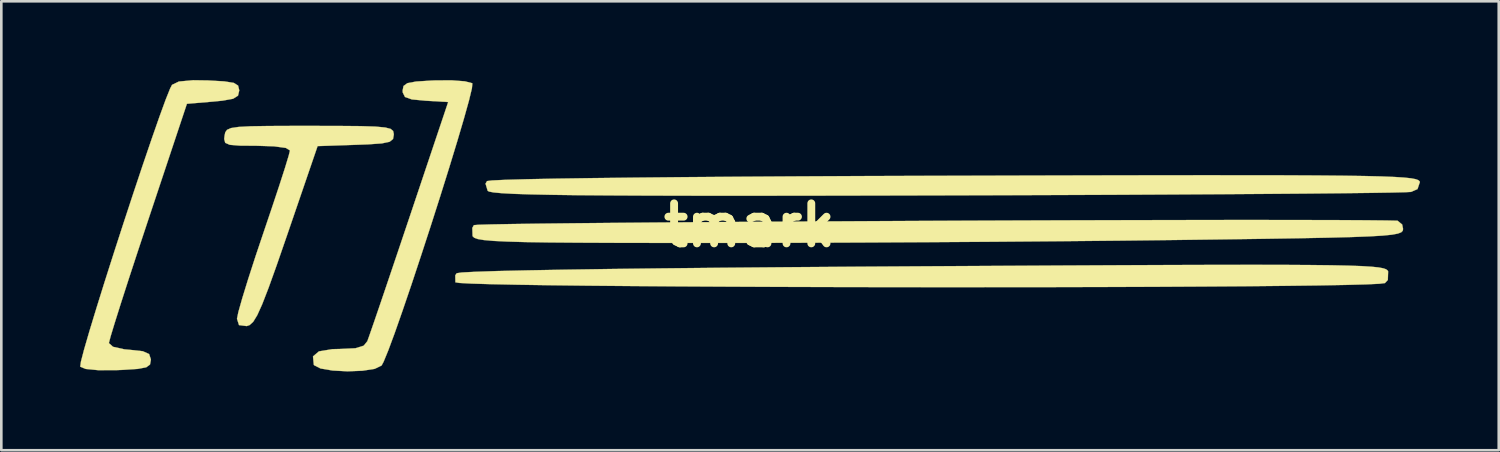
<source format=kicad_pcb>
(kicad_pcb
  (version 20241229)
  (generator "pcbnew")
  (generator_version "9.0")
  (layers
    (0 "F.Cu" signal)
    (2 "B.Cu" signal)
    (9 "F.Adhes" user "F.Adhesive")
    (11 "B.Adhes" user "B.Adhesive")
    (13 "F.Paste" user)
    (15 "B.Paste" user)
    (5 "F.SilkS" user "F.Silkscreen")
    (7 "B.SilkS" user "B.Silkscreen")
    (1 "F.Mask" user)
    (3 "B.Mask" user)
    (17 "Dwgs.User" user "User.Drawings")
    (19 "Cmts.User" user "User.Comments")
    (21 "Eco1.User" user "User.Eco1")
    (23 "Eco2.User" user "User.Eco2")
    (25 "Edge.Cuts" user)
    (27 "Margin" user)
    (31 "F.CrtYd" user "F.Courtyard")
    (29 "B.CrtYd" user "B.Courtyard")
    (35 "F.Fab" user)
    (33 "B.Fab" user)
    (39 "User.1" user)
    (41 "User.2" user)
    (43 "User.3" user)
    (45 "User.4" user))
  (footprint "tmark"
    (layer "F.Cu")
    (at 25.488 5.529)
    (property "Reference" "tmark" (at 0 0 0) (layer "F.SilkS") (effects (font (size 1.524 1.524) (thickness 0.3))))
    (attr through_hole)
    (fp_poly (pts (xy -20.622 -5.516) (xy -19.996 -5.48) (xy -19.636 -5.423) (xy -19.471 -5.32) (xy -19.429 -5.149) (xy -19.428 -5.13) (xy -19.474 -4.936) (xy -19.661 -4.818) (xy -20.066 -4.745) (xy -20.424 -4.71) (xy -21.42 -4.626) (xy -22.905 -0.171) (xy -23.292 0.997) (xy -23.642 2.064) (xy -23.94 2.989) (xy -24.173 3.729) (xy -24.328 4.24) (xy -24.39 4.48) (xy -24.391 4.488) (xy -24.234 4.628) (xy -23.806 4.723) (xy -23.592 4.743) (xy -23.099 4.797) (xy -22.86 4.904) (xy -22.793 5.102) (xy -22.793 5.13) (xy -22.825 5.303) (xy -22.968 5.409) (xy -23.29 5.47) (xy -23.86 5.507) (xy -24.082 5.516) (xy -24.791 5.519) (xy -25.278 5.471) (xy -25.483 5.385) (xy -25.456 5.193) (xy -25.335 4.728) (xy -25.134 4.037) (xy -24.869 3.166) (xy -24.555 2.16) (xy -24.206 1.066) (xy -23.838 -0.07) (xy -23.465 -1.204) (xy -23.103 -2.288) (xy -22.766 -3.276) (xy -22.47 -4.123) (xy -22.229 -4.784) (xy -22.058 -5.21) (xy -21.987 -5.348) (xy -21.726 -5.474) (xy -21.186 -5.524) (xy -20.622 -5.516)) (stroke (width 0.01) (type solid)) (fill yes) (layer "F.SilkS"))
    (fp_poly (pts (xy -15.627 -3.783) (xy -14.809 -3.776) (xy -14.238 -3.758) (xy -13.871 -3.724) (xy -13.662 -3.671) (xy -13.567 -3.592) (xy -13.542 -3.484) (xy -13.541 -3.448) (xy -13.57 -3.285) (xy -13.7 -3.18) (xy -13.996 -3.118) (xy -14.524 -3.081) (xy -14.992 -3.064) (xy -16.443 -3.015) (xy -17.608 0.385) (xy -18.003 1.527) (xy -18.312 2.387) (xy -18.552 3.006) (xy -18.74 3.422) (xy -18.894 3.674) (xy -19.032 3.801) (xy -19.143 3.839) (xy -19.436 3.802) (xy -19.513 3.561) (xy -19.46 3.302) (xy -19.313 2.782) (xy -19.09 2.058) (xy -18.808 1.187) (xy -18.503 0.28) (xy -18.184 -0.664) (xy -17.905 -1.503) (xy -17.686 -2.182) (xy -17.544 -2.65) (xy -17.494 -2.849) (xy -17.654 -2.946) (xy -18.106 -3.007) (xy -18.767 -3.028) (xy -19.412 -3.033) (xy -19.787 -3.064) (xy -19.961 -3.14) (xy -20 -3.284) (xy -19.987 -3.406) (xy -19.96 -3.538) (xy -19.893 -3.634) (xy -19.74 -3.702) (xy -19.455 -3.745) (xy -18.994 -3.77) (xy -18.311 -3.781) (xy -17.36 -3.785) (xy -16.737 -3.785) (xy -15.627 -3.783)) (stroke (width 0.01) (type solid)) (fill yes) (layer "F.SilkS"))
    (fp_poly (pts (xy -10.834 -5.482) (xy -10.562 -5.412) (xy -10.549 -5.402) (xy -10.566 -5.215) (xy -10.677 -4.755) (xy -10.868 -4.069) (xy -11.124 -3.202) (xy -11.43 -2.2) (xy -11.772 -1.108) (xy -12.135 0.028) (xy -12.505 1.161) (xy -12.865 2.247) (xy -13.203 3.239) (xy -13.502 4.092) (xy -13.749 4.759) (xy -13.929 5.197) (xy -14.006 5.341) (xy -14.266 5.467) (xy -14.734 5.54) (xy -15.304 5.562) (xy -15.872 5.532) (xy -16.331 5.454) (xy -16.578 5.328) (xy -16.589 5.307) (xy -16.618 4.993) (xy -16.392 4.802) (xy -15.881 4.718) (xy -15.568 4.71) (xy -15.001 4.683) (xy -14.686 4.585) (xy -14.549 4.416) (xy -14.466 4.183) (xy -14.29 3.676) (xy -14.038 2.939) (xy -13.725 2.016) (xy -13.365 0.95) (xy -12.974 -0.212) (xy -12.949 -0.286) (xy -11.47 -4.693) (xy -12.337 -4.744) (xy -12.854 -4.793) (xy -13.115 -4.886) (xy -13.201 -5.058) (xy -13.205 -5.13) (xy -13.171 -5.305) (xy -13.024 -5.412) (xy -12.694 -5.474) (xy -12.11 -5.511) (xy -11.959 -5.517) (xy -11.332 -5.52) (xy -10.834 -5.482)) (stroke (width 0.01) (type solid)) (fill yes) (layer "F.SilkS"))
    (fp_poly (pts (xy 20.354 1.508) (xy 21.352 1.514) (xy 22.166 1.523) (xy 22.814 1.537) (xy 23.317 1.555) (xy 23.692 1.578) (xy 23.959 1.605) (xy 24.138 1.638) (xy 24.246 1.675) (xy 24.304 1.718) (xy 24.326 1.756) (xy 24.315 2.083) (xy 24.205 2.201) (xy 23.999 2.227) (xy 23.486 2.251) (xy 22.692 2.272) (xy 21.645 2.291) (xy 20.371 2.307) (xy 18.898 2.322) (xy 17.252 2.333) (xy 15.46 2.343) (xy 13.55 2.35) (xy 11.547 2.355) (xy 9.48 2.357) (xy 7.374 2.358) (xy 5.258 2.356) (xy 3.158 2.352) (xy 1.1 2.346) (xy -0.888 2.337) (xy -2.779 2.327) (xy -4.547 2.314) (xy -6.164 2.3) (xy -7.603 2.283) (xy -8.838 2.264) (xy -9.842 2.243) (xy -10.587 2.221) (xy -11.047 2.196) (xy -11.195 2.172) (xy -11.2 1.906) (xy -11.145 1.826) (xy -10.951 1.798) (xy -10.431 1.771) (xy -9.596 1.743) (xy -8.458 1.717) (xy -7.026 1.691) (xy -5.312 1.665) (xy -3.328 1.641) (xy -1.082 1.618) (xy 1.413 1.597) (xy 4.146 1.577) (xy 6.615 1.562) (xy 9.435 1.546) (xy 11.937 1.532) (xy 14.141 1.521) (xy 16.066 1.513) (xy 17.73 1.508) (xy 19.153 1.506) (xy 20.354 1.508)) (stroke (width 0.01) (type solid)) (fill yes) (layer "F.SilkS"))
    (fp_poly (pts (xy 18.969 -1.905) (xy 20.397 -1.903) (xy 21.602 -1.897) (xy 22.603 -1.888) (xy 23.418 -1.876) (xy 24.067 -1.86) (xy 24.569 -1.84) (xy 24.941 -1.816) (xy 25.204 -1.788) (xy 25.377 -1.755) (xy 25.477 -1.718) (xy 25.524 -1.675) (xy 25.535 -1.646) (xy 25.445 -1.378) (xy 25.201 -1.271) (xy 24.982 -1.259) (xy 24.449 -1.246) (xy 23.626 -1.233) (xy 22.535 -1.22) (xy 21.199 -1.207) (xy 19.641 -1.195) (xy 17.884 -1.183) (xy 15.95 -1.172) (xy 13.863 -1.161) (xy 11.646 -1.152) (xy 9.321 -1.144) (xy 7.513 -1.139) (xy 4.632 -1.132) (xy 2.07 -1.127) (xy -0.189 -1.125) (xy -2.163 -1.126) (xy -3.869 -1.13) (xy -5.324 -1.137) (xy -6.545 -1.146) (xy -7.549 -1.16) (xy -8.353 -1.177) (xy -8.974 -1.197) (xy -9.429 -1.222) (xy -9.735 -1.25) (xy -9.91 -1.283) (xy -9.965 -1.311) (xy -10.048 -1.584) (xy -9.991 -1.683) (xy -9.801 -1.707) (xy -9.291 -1.731) (xy -8.477 -1.754) (xy -7.375 -1.776) (xy -6.003 -1.796) (xy -4.375 -1.815) (xy -2.509 -1.833) (xy -0.42 -1.849) (xy 1.875 -1.863) (xy 4.359 -1.875) (xy 7.017 -1.884) (xy 7.821 -1.886) (xy 10.648 -1.894) (xy 13.158 -1.9) (xy 15.368 -1.904) (xy 17.299 -1.906) (xy 18.969 -1.905)) (stroke (width 0.01) (type solid)) (fill yes) (layer "F.SilkS"))
    (fp_poly (pts (xy 21.203 -0.2) (xy 22.461 -0.197) (xy 23.49 -0.191) (xy 24.265 -0.183) (xy 24.685 -0.174) (xy 24.861 -0.03) (xy 24.895 0.141) (xy 24.882 0.21) (xy 24.824 0.268) (xy 24.695 0.317) (xy 24.468 0.359) (xy 24.116 0.394) (xy 23.612 0.423) (xy 22.928 0.449) (xy 22.04 0.472) (xy 20.918 0.494) (xy 19.537 0.516) (xy 17.869 0.539) (xy 16.19 0.561) (xy 14.124 0.585) (xy 11.809 0.607) (xy 9.333 0.627) (xy 6.783 0.644) (xy 4.247 0.657) (xy 1.813 0.667) (xy -0.432 0.672) (xy -1.477 0.673) (xy -3.458 0.672) (xy -5.128 0.669) (xy -6.515 0.663) (xy -7.644 0.654) (xy -8.542 0.64) (xy -9.234 0.62) (xy -9.747 0.595) (xy -10.108 0.563) (xy -10.342 0.524) (xy -10.476 0.476) (xy -10.536 0.42) (xy -10.541 0.409) (xy -10.551 0.1) (xy -10.491 -0.005) (xy -10.314 -0.019) (xy -9.827 -0.033) (xy -9.058 -0.047) (xy -8.033 -0.062) (xy -6.779 -0.076) (xy -5.323 -0.09) (xy -3.692 -0.104) (xy -1.913 -0.118) (xy -0.012 -0.131) (xy 1.982 -0.143) (xy 4.045 -0.154) (xy 6.147 -0.165) (xy 8.264 -0.175) (xy 10.367 -0.183) (xy 12.43 -0.19) (xy 14.427 -0.195) (xy 16.329 -0.199) (xy 18.11 -0.202) (xy 19.744 -0.202) (xy 21.203 -0.2)) (stroke (width 0.01) (type solid)) (fill yes) (layer "F.SilkS")))
  (gr_rect
    (start -3 -3)
    (end 54.027 14.096)
    (stroke (width 0.1) (type default))
    (fill no)
    (layer "Edge.Cuts")))
</source>
